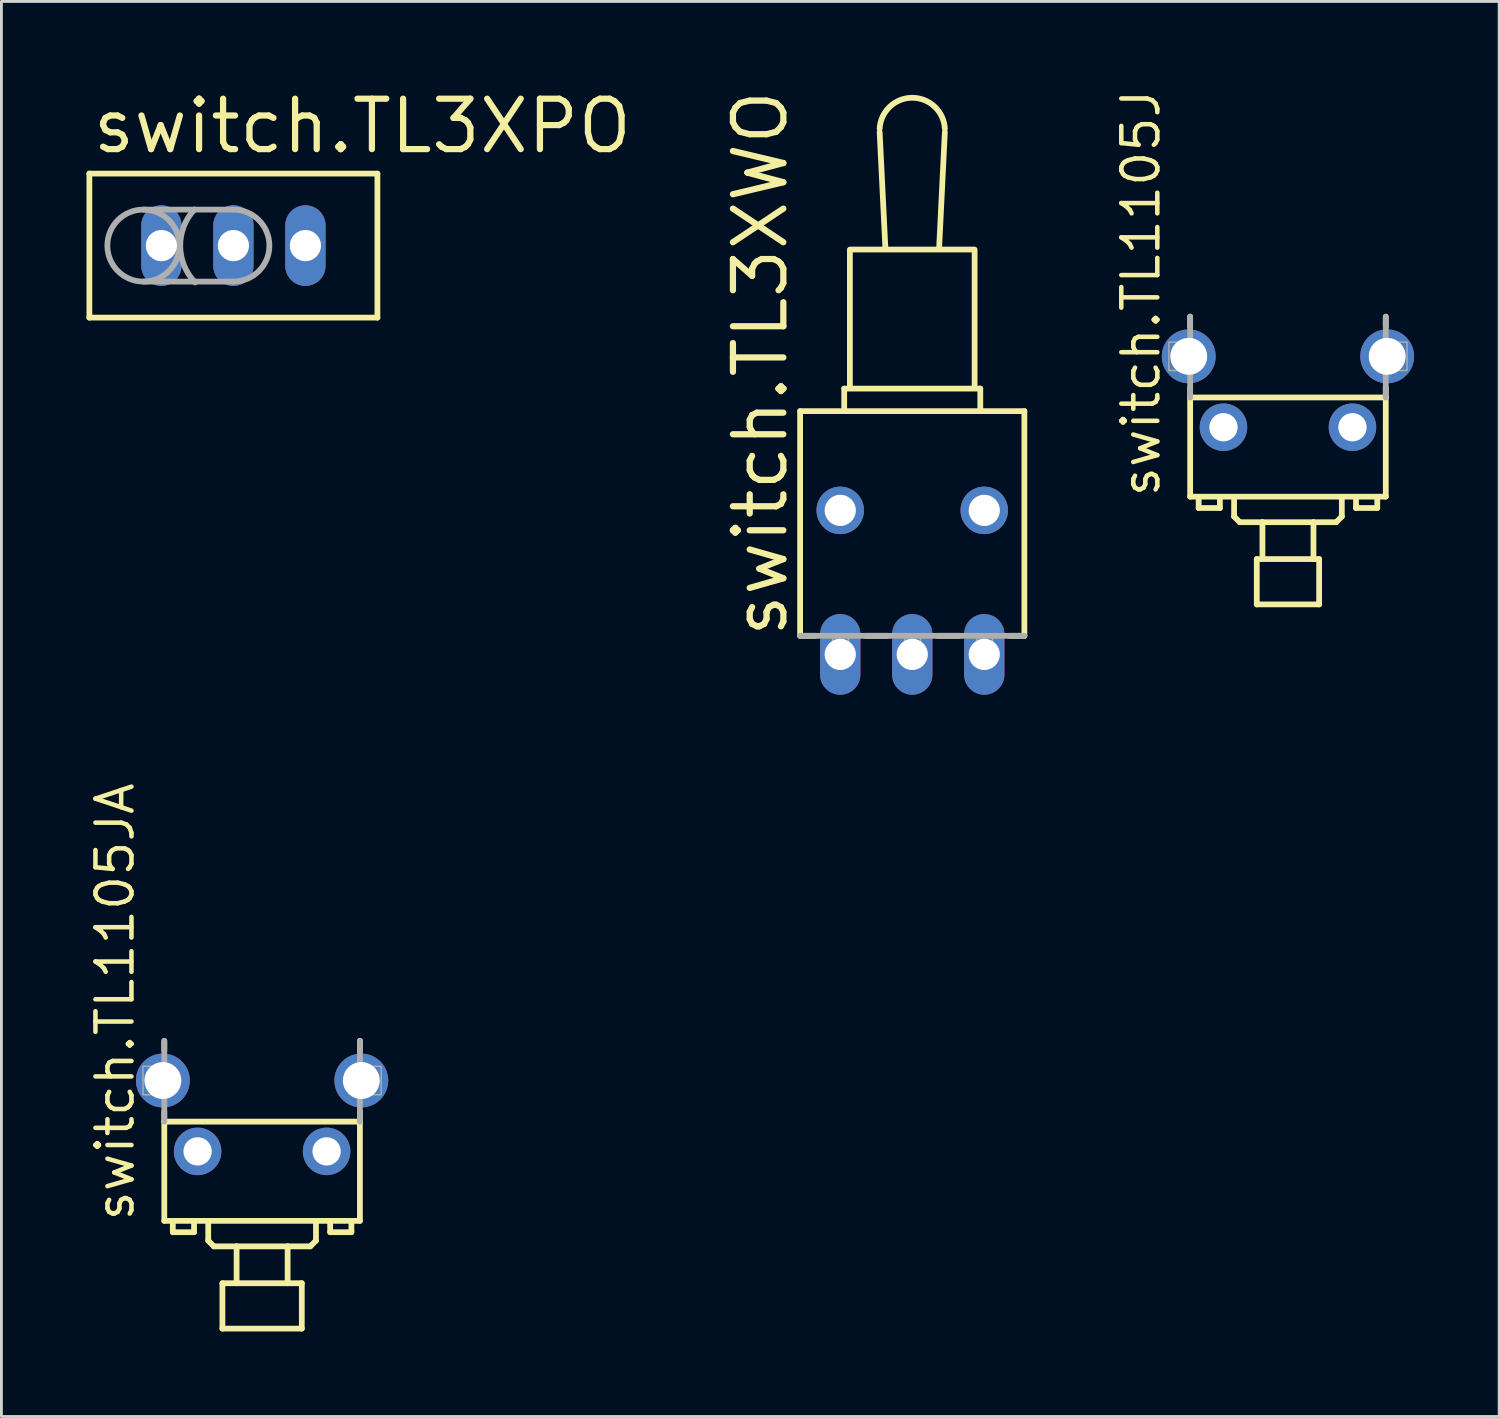
<source format=kicad_pcb>
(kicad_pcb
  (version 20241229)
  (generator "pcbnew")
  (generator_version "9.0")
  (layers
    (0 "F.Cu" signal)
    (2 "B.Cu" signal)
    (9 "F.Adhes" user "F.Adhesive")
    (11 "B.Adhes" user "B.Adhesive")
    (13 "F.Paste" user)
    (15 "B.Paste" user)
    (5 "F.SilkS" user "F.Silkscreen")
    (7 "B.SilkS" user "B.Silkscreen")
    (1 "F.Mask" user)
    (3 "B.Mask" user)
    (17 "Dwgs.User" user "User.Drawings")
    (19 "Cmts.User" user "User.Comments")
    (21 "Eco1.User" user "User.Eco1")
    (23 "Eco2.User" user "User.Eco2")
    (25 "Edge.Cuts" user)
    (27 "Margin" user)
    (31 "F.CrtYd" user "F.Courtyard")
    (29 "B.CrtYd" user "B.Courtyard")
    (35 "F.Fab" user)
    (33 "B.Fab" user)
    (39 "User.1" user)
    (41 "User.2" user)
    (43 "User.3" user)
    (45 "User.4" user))
  (footprint "switch.TL3XPO"
    (layer "F.Cu")
    (at 5.182 5.613)
    (property "Reference" "switch.TL3XPO" (at -5.08 -3.175 0) (layer "F.SilkS") (effects (font (size 1.778 1.778) (thickness 0.22)) (justify left bottom)))
    (attr through_hole)
    (fp_line (start -5.08 -2.54) (end 5.08 -2.54) (stroke (width 0.203) (type default)) (layer "F.SilkS"))
    (fp_line (start -5.08 2.54) (end -5.08 -2.54) (stroke (width 0.203) (type default)) (layer "F.SilkS"))
    (fp_line (start 5.08 -2.54) (end 5.08 2.54) (stroke (width 0.203) (type default)) (layer "F.SilkS"))
    (fp_line (start 5.08 2.54) (end -5.08 2.54) (stroke (width 0.203) (type default)) (layer "F.SilkS"))
    (fp_line (start -3.175 -1.27) (end 0 -1.27) (stroke (width 0.203) (type default)) (layer "F.Fab"))
    (fp_line (start -3.175 1.27) (end 0 1.27) (stroke (width 0.203) (type default)) (layer "F.Fab"))
    (fp_arc (start -1.35 1.3) (mid -1.874583 0.017472) (end -1.375 -1.275) (stroke (width 0.2032) (type default)) (layer "F.Fab"))
    (fp_arc (start 0 -1.27) (mid 1.27 0) (end 0 1.27) (stroke (width 0.2032) (type default)) (layer "F.Fab"))
    (fp_circle (center -3.175 0) (end -1.905 0) (stroke (width 0.203) (type default)) (fill no) (layer "F.Fab"))
    (pad "1" thru_hole oval (at -2.54 0 90) (size 2.845 1.422) (drill 1.1) (layers "*.Cu" "*.Mask"))
    (pad "2" thru_hole oval (at 0 0 90) (size 2.845 1.422) (drill 1.1) (layers "*.Cu" "*.Mask"))
    (pad "3" thru_hole oval (at 2.54 0 90) (size 2.845 1.422) (drill 1.1) (layers "*.Cu" "*.Mask")))
  (footprint "switch.TL3XWO"
    (layer "F.Cu")
    (at 29.127 14.952)
    (property "Reference" "switch.TL3XWO" (at -4.318 4.572 90) (layer "F.SilkS") (effects (font (size 1.778 1.778) (thickness 0.22)) (justify left bottom)))
    (attr through_hole)
    (fp_line (start -3.955 -3.5) (end 3.955 -3.5) (stroke (width 0.203) (type default)) (layer "F.SilkS"))
    (fp_line (start -3.955 4.425) (end -3.955 -3.5) (stroke (width 0.203) (type default)) (layer "F.SilkS"))
    (fp_line (start -3.411 4.425) (end -3.955 4.425) (stroke (width 0.203) (type default)) (layer "F.SilkS"))
    (fp_line (start -2.4 -4.295) (end 2.4 -4.295) (stroke (width 0.203) (type default)) (layer "F.SilkS"))
    (fp_line (start -2.4 -3.62) (end -2.4 -4.295) (stroke (width 0.203) (type default)) (layer "F.SilkS"))
    (fp_line (start -2.2 -4.37) (end -2.2 -9.195) (stroke (width 0.203) (type default)) (layer "F.SilkS"))
    (fp_line (start -2.18 -9.2) (end 2.18 -9.2) (stroke (width 0.203) (type default)) (layer "F.SilkS"))
    (fp_line (start -1.15 -13.345) (end -0.95 -9.295) (stroke (width 0.203) (type default)) (layer "F.SilkS"))
    (fp_line (start -0.871 4.425) (end -1.669 4.425) (stroke (width 0.203) (type default)) (layer "F.SilkS"))
    (fp_line (start 0.95 -9.295) (end 1.15 -13.345) (stroke (width 0.203) (type default)) (layer "F.SilkS"))
    (fp_line (start 1.669 4.425) (end 0.871 4.425) (stroke (width 0.203) (type default)) (layer "F.SilkS"))
    (fp_line (start 2.2 -4.345) (end 2.2 -9.195) (stroke (width 0.203) (type default)) (layer "F.SilkS"))
    (fp_line (start 2.4 -4.295) (end 2.4 -3.595) (stroke (width 0.203) (type default)) (layer "F.SilkS"))
    (fp_line (start 3.955 -3.5) (end 3.955 4.425) (stroke (width 0.203) (type default)) (layer "F.SilkS"))
    (fp_line (start 3.955 4.425) (end 3.411 4.425) (stroke (width 0.203) (type default)) (layer "F.SilkS"))
    (fp_arc (start -1.15 -13.4586) (mid 0 -14.553202) (end 1.15 -13.4586) (stroke (width 0.2032) (type default)) (layer "F.SilkS"))
    (fp_line (start 3.955 4.425) (end -3.955 4.425) (stroke (width 0.203) (type default)) (layer "F.Fab"))
    (fp_rect (start -2.8 5.455) (end -2.25 4.405) (stroke (width 0.05) (type default)) (fill no) (layer "F.Fab"))
    (fp_rect (start -0.26 5.455) (end 0.29 4.405) (stroke (width 0.05) (type default)) (fill no) (layer "F.Fab"))
    (fp_rect (start 2.28 5.455) (end 2.83 4.405) (stroke (width 0.05) (type default)) (fill no) (layer "F.Fab"))
    (pad "1" thru_hole oval (at -2.54 5.08 90) (size 2.845 1.422) (drill 1.1) (layers "*.Cu" "*.Mask"))
    (pad "2" thru_hole oval (at 0 5.08 90) (size 2.845 1.422) (drill 1.1) (layers "*.Cu" "*.Mask"))
    (pad "3" thru_hole oval (at 2.54 5.08 90) (size 2.845 1.422) (drill 1.1) (layers "*.Cu" "*.Mask"))
    (pad "M1" thru_hole circle (at -2.54 0 90) (size 1.676 1.676) (drill 1.1) (layers "*.Cu" "*.Mask"))
    (pad "M2" thru_hole circle (at 2.54 0 90) (size 1.676 1.676) (drill 1.1) (layers "*.Cu" "*.Mask")))
  (footprint "switch.TL1105JA"
    (layer "F.Cu")
    (at 6.195 37.562)
    (property "Reference" "switch.TL1105JA" (at -4.445 2.54 90) (layer "F.SilkS") (effects (font (size 1.27 1.27) (thickness 0.16)) (justify left bottom)))
    (attr through_hole)
    (fp_line (start -3.45 -3.9) (end -3.45 -3.55) (stroke (width 0.203) (type default)) (layer "F.SilkS"))
    (fp_line (start -3.45 -1.4) (end -3.45 -1.05) (stroke (width 0.203) (type default)) (layer "F.SilkS"))
    (fp_line (start -3.45 -1.05) (end -3.45 2.45) (stroke (width 0.203) (type default)) (layer "F.SilkS"))
    (fp_line (start -3.45 -1.05) (end 3.45 -1.05) (stroke (width 0.203) (type default)) (layer "F.SilkS"))
    (fp_line (start -3.45 2.45) (end 3.45 2.45) (stroke (width 0.203) (type default)) (layer "F.SilkS"))
    (fp_line (start -3.15 2.55) (end -3.15 2.85) (stroke (width 0.203) (type default)) (layer "F.SilkS"))
    (fp_line (start -3.15 2.85) (end -2.4 2.85) (stroke (width 0.203) (type default)) (layer "F.SilkS"))
    (fp_line (start -2.4 2.55) (end -2.4 2.85) (stroke (width 0.203) (type default)) (layer "F.SilkS"))
    (fp_line (start -1.9 2.55) (end -1.9 3.15) (stroke (width 0.203) (type default)) (layer "F.SilkS"))
    (fp_line (start -1.9 3.15) (end -1.7 3.35) (stroke (width 0.203) (type default)) (layer "F.SilkS"))
    (fp_line (start -1.7 3.35) (end -0.9 3.35) (stroke (width 0.203) (type default)) (layer "F.SilkS"))
    (fp_line (start -1.4 4.65) (end -1.4 6.25) (stroke (width 0.203) (type default)) (layer "F.SilkS"))
    (fp_line (start -1.4 4.65) (end -0.9 4.65) (stroke (width 0.203) (type default)) (layer "F.SilkS"))
    (fp_line (start -1.4 6.25) (end 1.4 6.25) (stroke (width 0.203) (type default)) (layer "F.SilkS"))
    (fp_line (start -0.9 3.35) (end -0.9 4.65) (stroke (width 0.203) (type default)) (layer "F.SilkS"))
    (fp_line (start -0.9 3.35) (end 0.9 3.35) (stroke (width 0.203) (type default)) (layer "F.SilkS"))
    (fp_line (start -0.9 4.65) (end 0.9 4.65) (stroke (width 0.203) (type default)) (layer "F.SilkS"))
    (fp_line (start 0.9 3.35) (end 1.7 3.35) (stroke (width 0.203) (type default)) (layer "F.SilkS"))
    (fp_line (start 0.9 4.65) (end 0.9 3.35) (stroke (width 0.203) (type default)) (layer "F.SilkS"))
    (fp_line (start 0.9 4.65) (end 1.4 4.65) (stroke (width 0.203) (type default)) (layer "F.SilkS"))
    (fp_line (start 1.4 6.25) (end 1.4 4.65) (stroke (width 0.203) (type default)) (layer "F.SilkS"))
    (fp_line (start 1.7 3.35) (end 1.9 3.15) (stroke (width 0.203) (type default)) (layer "F.SilkS"))
    (fp_line (start 1.9 3.15) (end 1.9 2.55) (stroke (width 0.203) (type default)) (layer "F.SilkS"))
    (fp_line (start 2.4 2.85) (end 2.4 2.55) (stroke (width 0.203) (type default)) (layer "F.SilkS"))
    (fp_line (start 2.4 2.85) (end 3.15 2.85) (stroke (width 0.203) (type default)) (layer "F.SilkS"))
    (fp_line (start 3.15 2.85) (end 3.15 2.55) (stroke (width 0.203) (type default)) (layer "F.SilkS"))
    (fp_line (start 3.45 -3.55) (end 3.45 -3.9) (stroke (width 0.203) (type default)) (layer "F.SilkS"))
    (fp_line (start 3.45 -1.05) (end 3.45 -1.4) (stroke (width 0.203) (type default)) (layer "F.SilkS"))
    (fp_line (start 3.45 2.45) (end 3.45 -1.05) (stroke (width 0.203) (type default)) (layer "F.SilkS"))
    (fp_line (start -3.45 -3.9) (end -3.45 -1.05) (stroke (width 0.203) (type default)) (layer "F.Fab"))
    (fp_line (start 3.45 -1.05) (end 3.45 -3.9) (stroke (width 0.203) (type default)) (layer "F.Fab"))
    (fp_rect (start -4.2 -2) (end -3.45 -3) (stroke (width 0.05) (type default)) (fill no) (layer "F.Fab"))
    (fp_rect (start 3.45 -2) (end 4.2 -3) (stroke (width 0.05) (type default)) (fill no) (layer "F.Fab"))
    (pad "1" thru_hole circle (at -2.275 0 90) (size 1.676 1.676) (drill 1) (layers "*.Cu" "*.Mask"))
    (pad "2" thru_hole circle (at 2.275 0 90) (size 1.676 1.676) (drill 1) (layers "*.Cu" "*.Mask"))
    (pad "3" thru_hole circle (at -3.5 -2.5 90) (size 1.9 1.9) (drill 1.3) (layers "*.Cu" "*.Mask"))
    (pad "4" thru_hole circle (at 3.5 -2.5 90) (size 1.9 1.9) (drill 1.3) (layers "*.Cu" "*.Mask")))
  (footprint "switch.TL1105J"
    (layer "F.Cu")
    (at 42.379 12.019)
    (property "Reference" "switch.TL1105J" (at -4.445 2.54 90) (layer "F.SilkS") (effects (font (size 1.27 1.27) (thickness 0.16)) (justify left bottom)))
    (attr through_hole)
    (fp_line (start -3.45 -3.9) (end -3.45 -3.55) (stroke (width 0.203) (type default)) (layer "F.SilkS"))
    (fp_line (start -3.45 -1.4) (end -3.45 -1.05) (stroke (width 0.203) (type default)) (layer "F.SilkS"))
    (fp_line (start -3.45 -1.05) (end -3.45 2.45) (stroke (width 0.203) (type default)) (layer "F.SilkS"))
    (fp_line (start -3.45 -1.05) (end 3.45 -1.05) (stroke (width 0.203) (type default)) (layer "F.SilkS"))
    (fp_line (start -3.45 2.45) (end 3.45 2.45) (stroke (width 0.203) (type default)) (layer "F.SilkS"))
    (fp_line (start -3.15 2.55) (end -3.15 2.85) (stroke (width 0.203) (type default)) (layer "F.SilkS"))
    (fp_line (start -3.15 2.85) (end -2.4 2.85) (stroke (width 0.203) (type default)) (layer "F.SilkS"))
    (fp_line (start -2.4 2.55) (end -2.4 2.85) (stroke (width 0.203) (type default)) (layer "F.SilkS"))
    (fp_line (start -1.9 2.55) (end -1.9 3.15) (stroke (width 0.203) (type default)) (layer "F.SilkS"))
    (fp_line (start -1.9 3.15) (end -1.7 3.35) (stroke (width 0.203) (type default)) (layer "F.SilkS"))
    (fp_line (start -1.7 3.35) (end -0.9 3.35) (stroke (width 0.203) (type default)) (layer "F.SilkS"))
    (fp_line (start -1.1 4.65) (end -1.1 6.25) (stroke (width 0.203) (type default)) (layer "F.SilkS"))
    (fp_line (start -1.1 4.65) (end -0.9 4.65) (stroke (width 0.203) (type default)) (layer "F.SilkS"))
    (fp_line (start -1.1 6.25) (end 1.1 6.25) (stroke (width 0.203) (type default)) (layer "F.SilkS"))
    (fp_line (start -0.9 3.35) (end -0.9 4.65) (stroke (width 0.203) (type default)) (layer "F.SilkS"))
    (fp_line (start -0.9 3.35) (end 0.9 3.35) (stroke (width 0.203) (type default)) (layer "F.SilkS"))
    (fp_line (start -0.9 4.65) (end 0.9 4.65) (stroke (width 0.203) (type default)) (layer "F.SilkS"))
    (fp_line (start 0.9 3.35) (end 1.7 3.35) (stroke (width 0.203) (type default)) (layer "F.SilkS"))
    (fp_line (start 0.9 4.65) (end 0.9 3.35) (stroke (width 0.203) (type default)) (layer "F.SilkS"))
    (fp_line (start 0.9 4.65) (end 1.1 4.65) (stroke (width 0.203) (type default)) (layer "F.SilkS"))
    (fp_line (start 1.1 6.25) (end 1.1 4.65) (stroke (width 0.203) (type default)) (layer "F.SilkS"))
    (fp_line (start 1.7 3.35) (end 1.9 3.15) (stroke (width 0.203) (type default)) (layer "F.SilkS"))
    (fp_line (start 1.9 3.15) (end 1.9 2.55) (stroke (width 0.203) (type default)) (layer "F.SilkS"))
    (fp_line (start 2.4 2.85) (end 2.4 2.55) (stroke (width 0.203) (type default)) (layer "F.SilkS"))
    (fp_line (start 2.4 2.85) (end 3.15 2.85) (stroke (width 0.203) (type default)) (layer "F.SilkS"))
    (fp_line (start 3.15 2.85) (end 3.15 2.55) (stroke (width 0.203) (type default)) (layer "F.SilkS"))
    (fp_line (start 3.45 -3.55) (end 3.45 -3.9) (stroke (width 0.203) (type default)) (layer "F.SilkS"))
    (fp_line (start 3.45 -1.05) (end 3.45 -1.4) (stroke (width 0.203) (type default)) (layer "F.SilkS"))
    (fp_line (start 3.45 2.45) (end 3.45 -1.05) (stroke (width 0.203) (type default)) (layer "F.SilkS"))
    (fp_line (start -3.45 -3.9) (end -3.45 -1.05) (stroke (width 0.203) (type default)) (layer "F.Fab"))
    (fp_line (start 3.45 -1.05) (end 3.45 -3.9) (stroke (width 0.203) (type default)) (layer "F.Fab"))
    (fp_rect (start -4.2 -2) (end -3.45 -3) (stroke (width 0.05) (type default)) (fill no) (layer "F.Fab"))
    (fp_rect (start 3.45 -2) (end 4.2 -3) (stroke (width 0.05) (type default)) (fill no) (layer "F.Fab"))
    (pad "1" thru_hole circle (at -2.275 0 90) (size 1.676 1.676) (drill 1) (layers "*.Cu" "*.Mask"))
    (pad "2" thru_hole circle (at 2.275 0 90) (size 1.676 1.676) (drill 1) (layers "*.Cu" "*.Mask"))
    (pad "3" thru_hole circle (at -3.5 -2.5 90) (size 1.9 1.9) (drill 1.3) (layers "*.Cu" "*.Mask"))
    (pad "4" thru_hole circle (at 3.5 -2.5 90) (size 1.9 1.9) (drill 1.3) (layers "*.Cu" "*.Mask")))
  (gr_rect
    (start -3 -3)
    (end 49.829 46.913)
    (stroke (width 0.1) (type default))
    (fill no)
    (layer "Edge.Cuts")))
</source>
